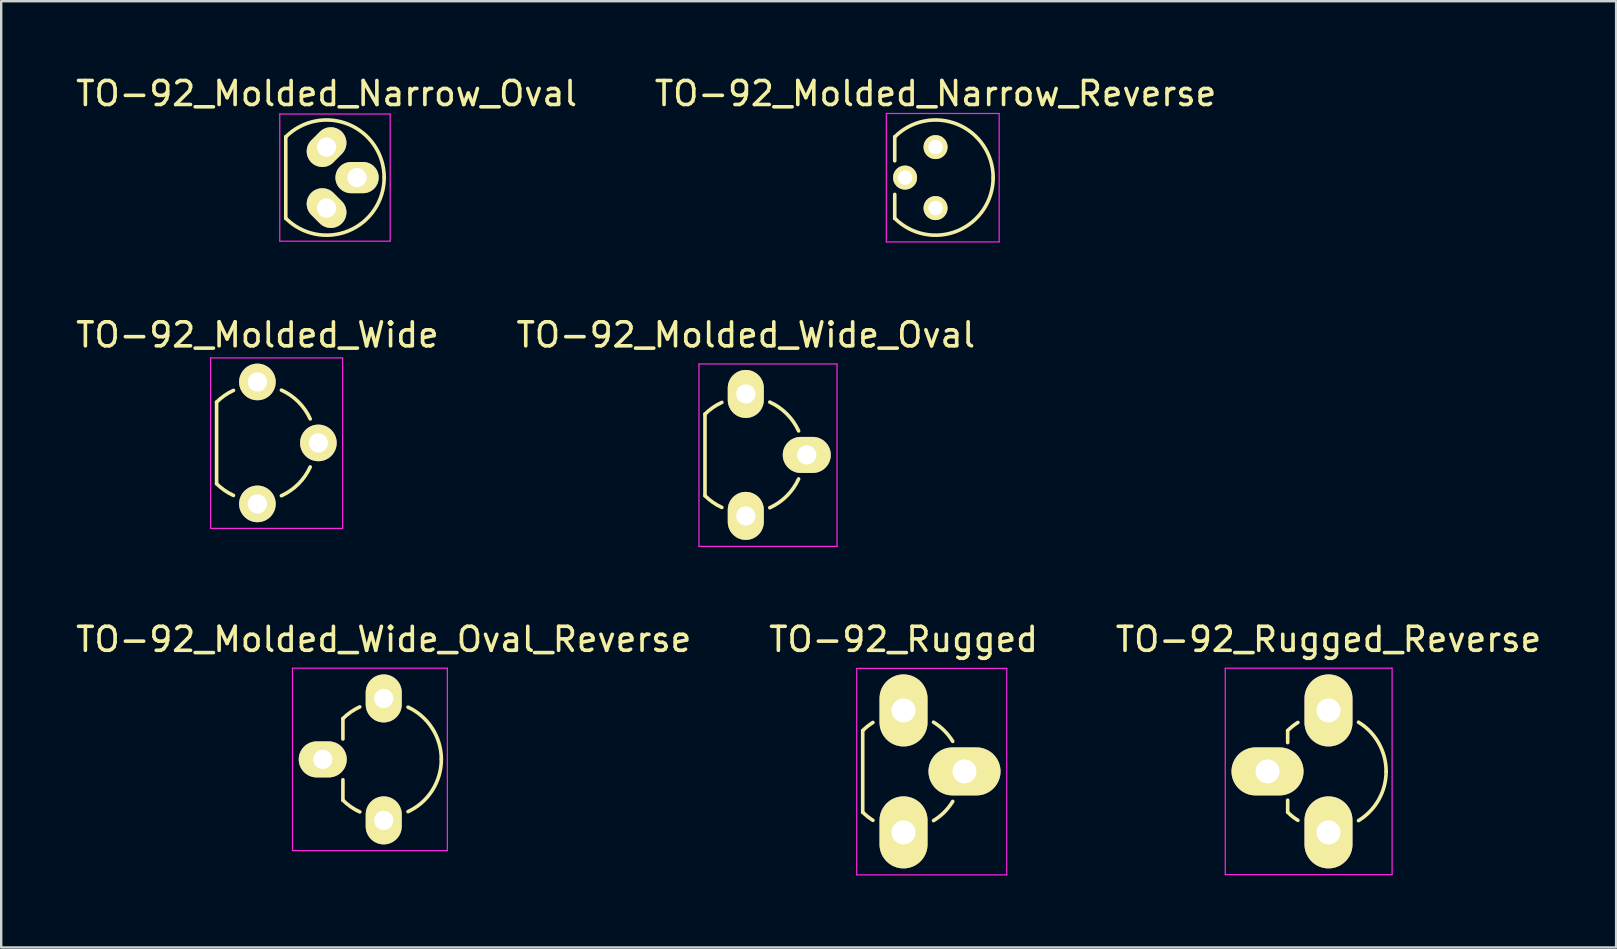
<source format=kicad_pcb>
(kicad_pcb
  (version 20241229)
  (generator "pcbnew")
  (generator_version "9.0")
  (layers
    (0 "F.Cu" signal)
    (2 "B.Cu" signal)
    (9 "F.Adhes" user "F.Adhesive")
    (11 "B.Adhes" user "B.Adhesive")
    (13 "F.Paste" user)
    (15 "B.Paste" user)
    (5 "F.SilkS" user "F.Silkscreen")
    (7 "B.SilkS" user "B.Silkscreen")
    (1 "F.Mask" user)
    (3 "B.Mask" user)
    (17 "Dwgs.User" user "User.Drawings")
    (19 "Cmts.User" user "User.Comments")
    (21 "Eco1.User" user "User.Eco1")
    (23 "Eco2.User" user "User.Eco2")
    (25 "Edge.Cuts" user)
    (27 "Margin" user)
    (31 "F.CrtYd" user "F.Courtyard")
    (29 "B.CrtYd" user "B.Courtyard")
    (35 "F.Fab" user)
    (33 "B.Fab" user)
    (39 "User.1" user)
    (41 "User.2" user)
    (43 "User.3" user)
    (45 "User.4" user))
  (footprint "TO-92_Molded_Wide_Oval_Reverse"
    (layer "F.Cu")
    (at 12.935 26.045)
    (property "Reference" "TO-92_Molded_Wide_Oval_Reverse" (at 0 -2.46 0) (layer "F.SilkS") (effects (font (size 1 1) (thickness 0.15))))
    (attr through_hole)
    (fp_line (start -1.7 0.84) (end -1.7 1.69) (stroke (width 0.15) (type solid)) (layer "F.SilkS"))
    (fp_line (start -1.7 3.39) (end -1.7 4.24) (stroke (width 0.15) (type solid)) (layer "F.SilkS"))
    (fp_arc (start -1.7 0.84) (mid -1.370365 0.564627) (end -0.99699 0.352305) (stroke (width 0.15) (type solid)) (layer "F.SilkS"))
    (fp_arc (start -0.99699 4.727695) (mid -1.370365 4.515373) (end -1.7 4.24) (stroke (width 0.15) (type solid)) (layer "F.SilkS"))
    (fp_arc (start 1.012153 0.363869) (mid 2.023508 1.24949) (end 2.4 2.54) (stroke (width 0.15) (type solid)) (layer "F.SilkS"))
    (fp_arc (start 2.4 2.54) (mid 2.023508 3.83051) (end 1.012153 4.716131) (stroke (width 0.15) (type solid)) (layer "F.SilkS"))
    (fp_line (start -3.8 -1.26) (end -3.8 6.34) (stroke (width 0.05) (type solid)) (layer "F.CrtYd"))
    (fp_line (start -3.8 -1.26) (end 2.65 -1.26) (stroke (width 0.05) (type solid)) (layer "F.CrtYd"))
    (fp_line (start -3.8 6.34) (end 2.65 6.34) (stroke (width 0.05) (type solid)) (layer "F.CrtYd"))
    (fp_line (start 2.65 -1.26) (end 2.65 6.34) (stroke (width 0.05) (type solid)) (layer "F.CrtYd"))
    (pad "1" thru_hole oval (at 0 0) (size 1.501 1.999) (drill 0.8) (layers "*.Cu" "*.Mask" "F.SilkS"))
    (pad "2" thru_hole oval (at -2.54 2.54) (size 1.999 1.501) (drill 0.8) (layers "*.Cu" "*.Mask" "F.SilkS"))
    (pad "3" thru_hole oval (at 0 5.08) (size 1.501 1.999) (drill 0.8) (layers "*.Cu" "*.Mask" "F.SilkS")))
  (footprint "TO-92_Molded_Wide"
    (layer "F.Cu")
    (at 7.673 12.861)
    (property "Reference" "TO-92_Molded_Wide" (at 0 -1.96 0) (layer "F.SilkS") (effects (font (size 1 1) (thickness 0.15))))
    (attr through_hole)
    (fp_line (start -1.7 0.84) (end -1.7 4.24) (stroke (width 0.15) (type solid)) (layer "F.SilkS"))
    (fp_arc (start -1.7 0.84) (mid -1.370365 0.564627) (end -0.99699 0.352305) (stroke (width 0.15) (type solid)) (layer "F.SilkS"))
    (fp_arc (start -0.99699 4.727695) (mid -1.370365 4.515373) (end -1.7 4.24) (stroke (width 0.15) (type solid)) (layer "F.SilkS"))
    (fp_arc (start 1 0.34) (mid 1.708801 0.831199) (end 2.2 1.54) (stroke (width 0.15) (type solid)) (layer "F.SilkS"))
    (fp_arc (start 2.2 3.54) (mid 1.708801 4.248801) (end 1 4.74) (stroke (width 0.15) (type solid)) (layer "F.SilkS"))
    (fp_line (start -1.95 -1) (end -1.95 6.1) (stroke (width 0.05) (type solid)) (layer "F.CrtYd"))
    (fp_line (start -1.95 -1) (end 3.55 -1) (stroke (width 0.05) (type solid)) (layer "F.CrtYd"))
    (fp_line (start -1.95 6.1) (end 3.55 6.1) (stroke (width 0.05) (type solid)) (layer "F.CrtYd"))
    (fp_line (start 3.55 -1) (end 3.55 6.1) (stroke (width 0.05) (type solid)) (layer "F.CrtYd"))
    (pad "1" thru_hole circle (at 0 0) (size 1.524 1.524) (drill 0.8) (layers "*.Cu" "*.Mask" "F.SilkS"))
    (pad "2" thru_hole circle (at 2.54 2.54) (size 1.524 1.524) (drill 0.8) (layers "*.Cu" "*.Mask" "F.SilkS"))
    (pad "3" thru_hole circle (at 0 5.08) (size 1.524 1.524) (drill 0.8) (layers "*.Cu" "*.Mask" "F.SilkS")))
  (footprint "TO-92_Molded_Narrow_Reverse"
    (layer "F.Cu")
    (at 35.923 3.078)
    (property "Reference" "TO-92_Molded_Narrow_Reverse" (at 0 -2.23 0) (layer "F.SilkS") (effects (font (size 1 1) (thickness 0.15))))
    (attr through_hole)
    (fp_line (start -1.7 -0.43) (end -1.7 0.57) (stroke (width 0.15) (type solid)) (layer "F.SilkS"))
    (fp_line (start -1.7 1.97) (end -1.7 2.97) (stroke (width 0.15) (type solid)) (layer "F.SilkS"))
    (fp_arc (start -1.697056 -0.427056) (mid 0.91844 -0.947311) (end 2.4 1.27) (stroke (width 0.15) (type solid)) (layer "F.SilkS"))
    (fp_arc (start 2.4 1.27) (mid 0.91844 3.487311) (end -1.697056 2.967056) (stroke (width 0.15) (type solid)) (layer "F.SilkS"))
    (fp_line (start -2.05 -1.4) (end -2.05 3.95) (stroke (width 0.05) (type solid)) (layer "F.CrtYd"))
    (fp_line (start -2.05 -1.4) (end 2.65 -1.4) (stroke (width 0.05) (type solid)) (layer "F.CrtYd"))
    (fp_line (start -2.05 3.95) (end 2.65 3.95) (stroke (width 0.05) (type solid)) (layer "F.CrtYd"))
    (fp_line (start 2.65 -1.4) (end 2.65 3.95) (stroke (width 0.05) (type solid)) (layer "F.CrtYd"))
    (pad "1" thru_hole circle (at 0 0) (size 1.001 1.001) (drill 0.6) (layers "*.Cu" "*.Mask" "F.SilkS"))
    (pad "2" thru_hole circle (at -1.27 1.27) (size 1.001 1.001) (drill 0.6) (layers "*.Cu" "*.Mask" "F.SilkS"))
    (pad "3" thru_hole circle (at 0 2.54) (size 1.001 1.001) (drill 0.6) (layers "*.Cu" "*.Mask" "F.SilkS")))
  (footprint "TO-92_Rugged"
    (layer "F.Cu")
    (at 34.589 26.545)
    (property "Reference" "TO-92_Rugged" (at 0 -2.96 0) (layer "F.SilkS") (effects (font (size 1 1) (thickness 0.15))))
    (attr through_hole)
    (fp_line (start -1.7 0.84) (end -1.7 4.24) (stroke (width 0.15) (type solid)) (layer "F.SilkS"))
    (fp_arc (start -1.7 0.84) (mid -1.496715 0.658552) (end -1.274203 0.501273) (stroke (width 0.15) (type solid)) (layer "F.SilkS"))
    (fp_arc (start -1.274203 4.578727) (mid -1.496715 4.421448) (end -1.7 4.24) (stroke (width 0.15) (type solid)) (layer "F.SilkS"))
    (fp_arc (start 1.25 0.49) (mid 1.697793 0.842207) (end 2.05 1.29) (stroke (width 0.15) (type solid)) (layer "F.SilkS"))
    (fp_arc (start 2.05 3.79) (mid 1.697793 4.237793) (end 1.25 4.59) (stroke (width 0.15) (type solid)) (layer "F.SilkS"))
    (fp_line (start -1.95 -1.75) (end -1.95 6.85) (stroke (width 0.05) (type solid)) (layer "F.CrtYd"))
    (fp_line (start -1.95 -1.75) (end 4.3 -1.75) (stroke (width 0.05) (type solid)) (layer "F.CrtYd"))
    (fp_line (start -1.95 6.85) (end 4.3 6.85) (stroke (width 0.05) (type solid)) (layer "F.CrtYd"))
    (fp_line (start 4.3 -1.75) (end 4.3 6.85) (stroke (width 0.05) (type solid)) (layer "F.CrtYd"))
    (pad "1" thru_hole oval (at 0 0) (size 1.999 3) (drill 1) (layers "*.Cu" "*.Mask" "F.SilkS"))
    (pad "2" thru_hole oval (at 2.54 2.54) (size 3 1.999) (drill 1) (layers "*.Cu" "*.Mask" "F.SilkS"))
    (pad "3" thru_hole oval (at 0 5.08) (size 1.999 3) (drill 1) (layers "*.Cu" "*.Mask" "F.SilkS")))
  (footprint "TO-92_Rugged_Reverse"
    (layer "F.Cu")
    (at 52.292 26.545)
    (property "Reference" "TO-92_Rugged_Reverse" (at 0 -2.96 0) (layer "F.SilkS") (effects (font (size 1 1) (thickness 0.15))))
    (attr through_hole)
    (fp_line (start -1.7 0.84) (end -1.7 1.34) (stroke (width 0.15) (type solid)) (layer "F.SilkS"))
    (fp_line (start -1.7 3.74) (end -1.7 4.24) (stroke (width 0.15) (type solid)) (layer "F.SilkS"))
    (fp_arc (start -1.7 0.84) (mid -1.496715 0.658552) (end -1.274203 0.501273) (stroke (width 0.15) (type solid)) (layer "F.SilkS"))
    (fp_arc (start -1.274203 4.578727) (mid -1.496715 4.421448) (end -1.7 4.24) (stroke (width 0.15) (type solid)) (layer "F.SilkS"))
    (fp_arc (start 1.25 0.49) (mid 2.093598 1.364479) (end 2.401041 2.54) (stroke (width 0.15) (type solid)) (layer "F.SilkS"))
    (fp_arc (start 2.401041 2.54) (mid 2.093597 3.715521) (end 1.25 4.59) (stroke (width 0.15) (type solid)) (layer "F.SilkS"))
    (fp_line (start -4.3 -1.76) (end -4.3 6.84) (stroke (width 0.05) (type solid)) (layer "F.CrtYd"))
    (fp_line (start -4.3 -1.76) (end 2.65 -1.76) (stroke (width 0.05) (type solid)) (layer "F.CrtYd"))
    (fp_line (start -4.3 6.84) (end 2.65 6.84) (stroke (width 0.05) (type solid)) (layer "F.CrtYd"))
    (fp_line (start 2.65 -1.76) (end 2.65 6.84) (stroke (width 0.05) (type solid)) (layer "F.CrtYd"))
    (pad "1" thru_hole oval (at 0 0) (size 1.999 3) (drill 1) (layers "*.Cu" "*.Mask" "F.SilkS"))
    (pad "2" thru_hole oval (at -2.54 2.54) (size 3 1.999) (drill 1) (layers "*.Cu" "*.Mask" "F.SilkS"))
    (pad "3" thru_hole oval (at 0 5.08) (size 1.999 3) (drill 1) (layers "*.Cu" "*.Mask" "F.SilkS")))
  (footprint "TO-92_Molded_Wide_Oval"
    (layer "F.Cu")
    (at 28.018 13.361)
    (property "Reference" "TO-92_Molded_Wide_Oval" (at 0 -2.46 0) (layer "F.SilkS") (effects (font (size 1 1) (thickness 0.15))))
    (attr through_hole)
    (fp_line (start -1.7 0.84) (end -1.7 4.24) (stroke (width 0.15) (type solid)) (layer "F.SilkS"))
    (fp_arc (start -1.7 0.84) (mid -1.370365 0.564627) (end -0.99699 0.352305) (stroke (width 0.15) (type solid)) (layer "F.SilkS"))
    (fp_arc (start -0.99699 4.727695) (mid -1.370365 4.515373) (end -1.7 4.24) (stroke (width 0.15) (type solid)) (layer "F.SilkS"))
    (fp_arc (start 1 0.34) (mid 1.708801 0.831199) (end 2.2 1.54) (stroke (width 0.15) (type solid)) (layer "F.SilkS"))
    (fp_arc (start 2.2 3.54) (mid 1.708801 4.248801) (end 1 4.74) (stroke (width 0.15) (type solid)) (layer "F.SilkS"))
    (fp_line (start -1.95 -1.25) (end -1.95 6.35) (stroke (width 0.05) (type solid)) (layer "F.CrtYd"))
    (fp_line (start -1.95 -1.25) (end 3.8 -1.25) (stroke (width 0.05) (type solid)) (layer "F.CrtYd"))
    (fp_line (start -1.95 6.35) (end 3.8 6.35) (stroke (width 0.05) (type solid)) (layer "F.CrtYd"))
    (fp_line (start 3.8 -1.25) (end 3.8 6.35) (stroke (width 0.05) (type solid)) (layer "F.CrtYd"))
    (pad "1" thru_hole oval (at 0 0) (size 1.501 1.999) (drill 0.8) (layers "*.Cu" "*.Mask" "F.SilkS"))
    (pad "2" thru_hole oval (at 2.54 2.54) (size 1.999 1.501) (drill 0.8) (layers "*.Cu" "*.Mask" "F.SilkS"))
    (pad "3" thru_hole oval (at 0 5.08) (size 1.501 1.999) (drill 0.8) (layers "*.Cu" "*.Mask" "F.SilkS")))
  (footprint "TO-92_Molded_Narrow_Oval"
    (layer "F.Cu")
    (at 10.554 3.078)
    (property "Reference" "TO-92_Molded_Narrow_Oval" (at 0 -2.23 0) (layer "F.SilkS") (effects (font (size 1 1) (thickness 0.15))))
    (attr through_hole)
    (fp_line (start -1.7 -0.43) (end -1.7 2.97) (stroke (width 0.15) (type solid)) (layer "F.SilkS"))
    (fp_arc (start -1.697056 -0.427056) (mid 0.91844 -0.947311) (end 2.4 1.27) (stroke (width 0.15) (type solid)) (layer "F.SilkS"))
    (fp_arc (start 2.4 1.27) (mid 0.91844 3.487311) (end -1.697056 2.967056) (stroke (width 0.15) (type solid)) (layer "F.SilkS"))
    (fp_line (start -1.95 -1.38) (end -1.95 3.92) (stroke (width 0.05) (type solid)) (layer "F.CrtYd"))
    (fp_line (start -1.95 -1.38) (end 2.65 -1.38) (stroke (width 0.05) (type solid)) (layer "F.CrtYd"))
    (fp_line (start -1.95 3.92) (end 2.65 3.92) (stroke (width 0.05) (type solid)) (layer "F.CrtYd"))
    (fp_line (start 2.65 -1.38) (end 2.65 3.92) (stroke (width 0.05) (type solid)) (layer "F.CrtYd"))
    (pad "1" thru_hole oval (at 0 0 315) (size 1.3 1.801) (drill 0.8) (layers "*.Cu" "*.Mask" "F.SilkS"))
    (pad "2" thru_hole oval (at 1.27 1.27) (size 1.801 1.3) (drill 0.8) (layers "*.Cu" "*.Mask" "F.SilkS"))
    (pad "3" thru_hole oval (at 0 2.54 315) (size 1.801 1.3) (drill 0.8) (layers "*.Cu" "*.Mask" "F.SilkS")))
  (gr_rect
    (start -3 -3)
    (end 64.274 36.42)
    (stroke (width 0.1) (type default))
    (fill no)
    (layer "Edge.Cuts")))
</source>
